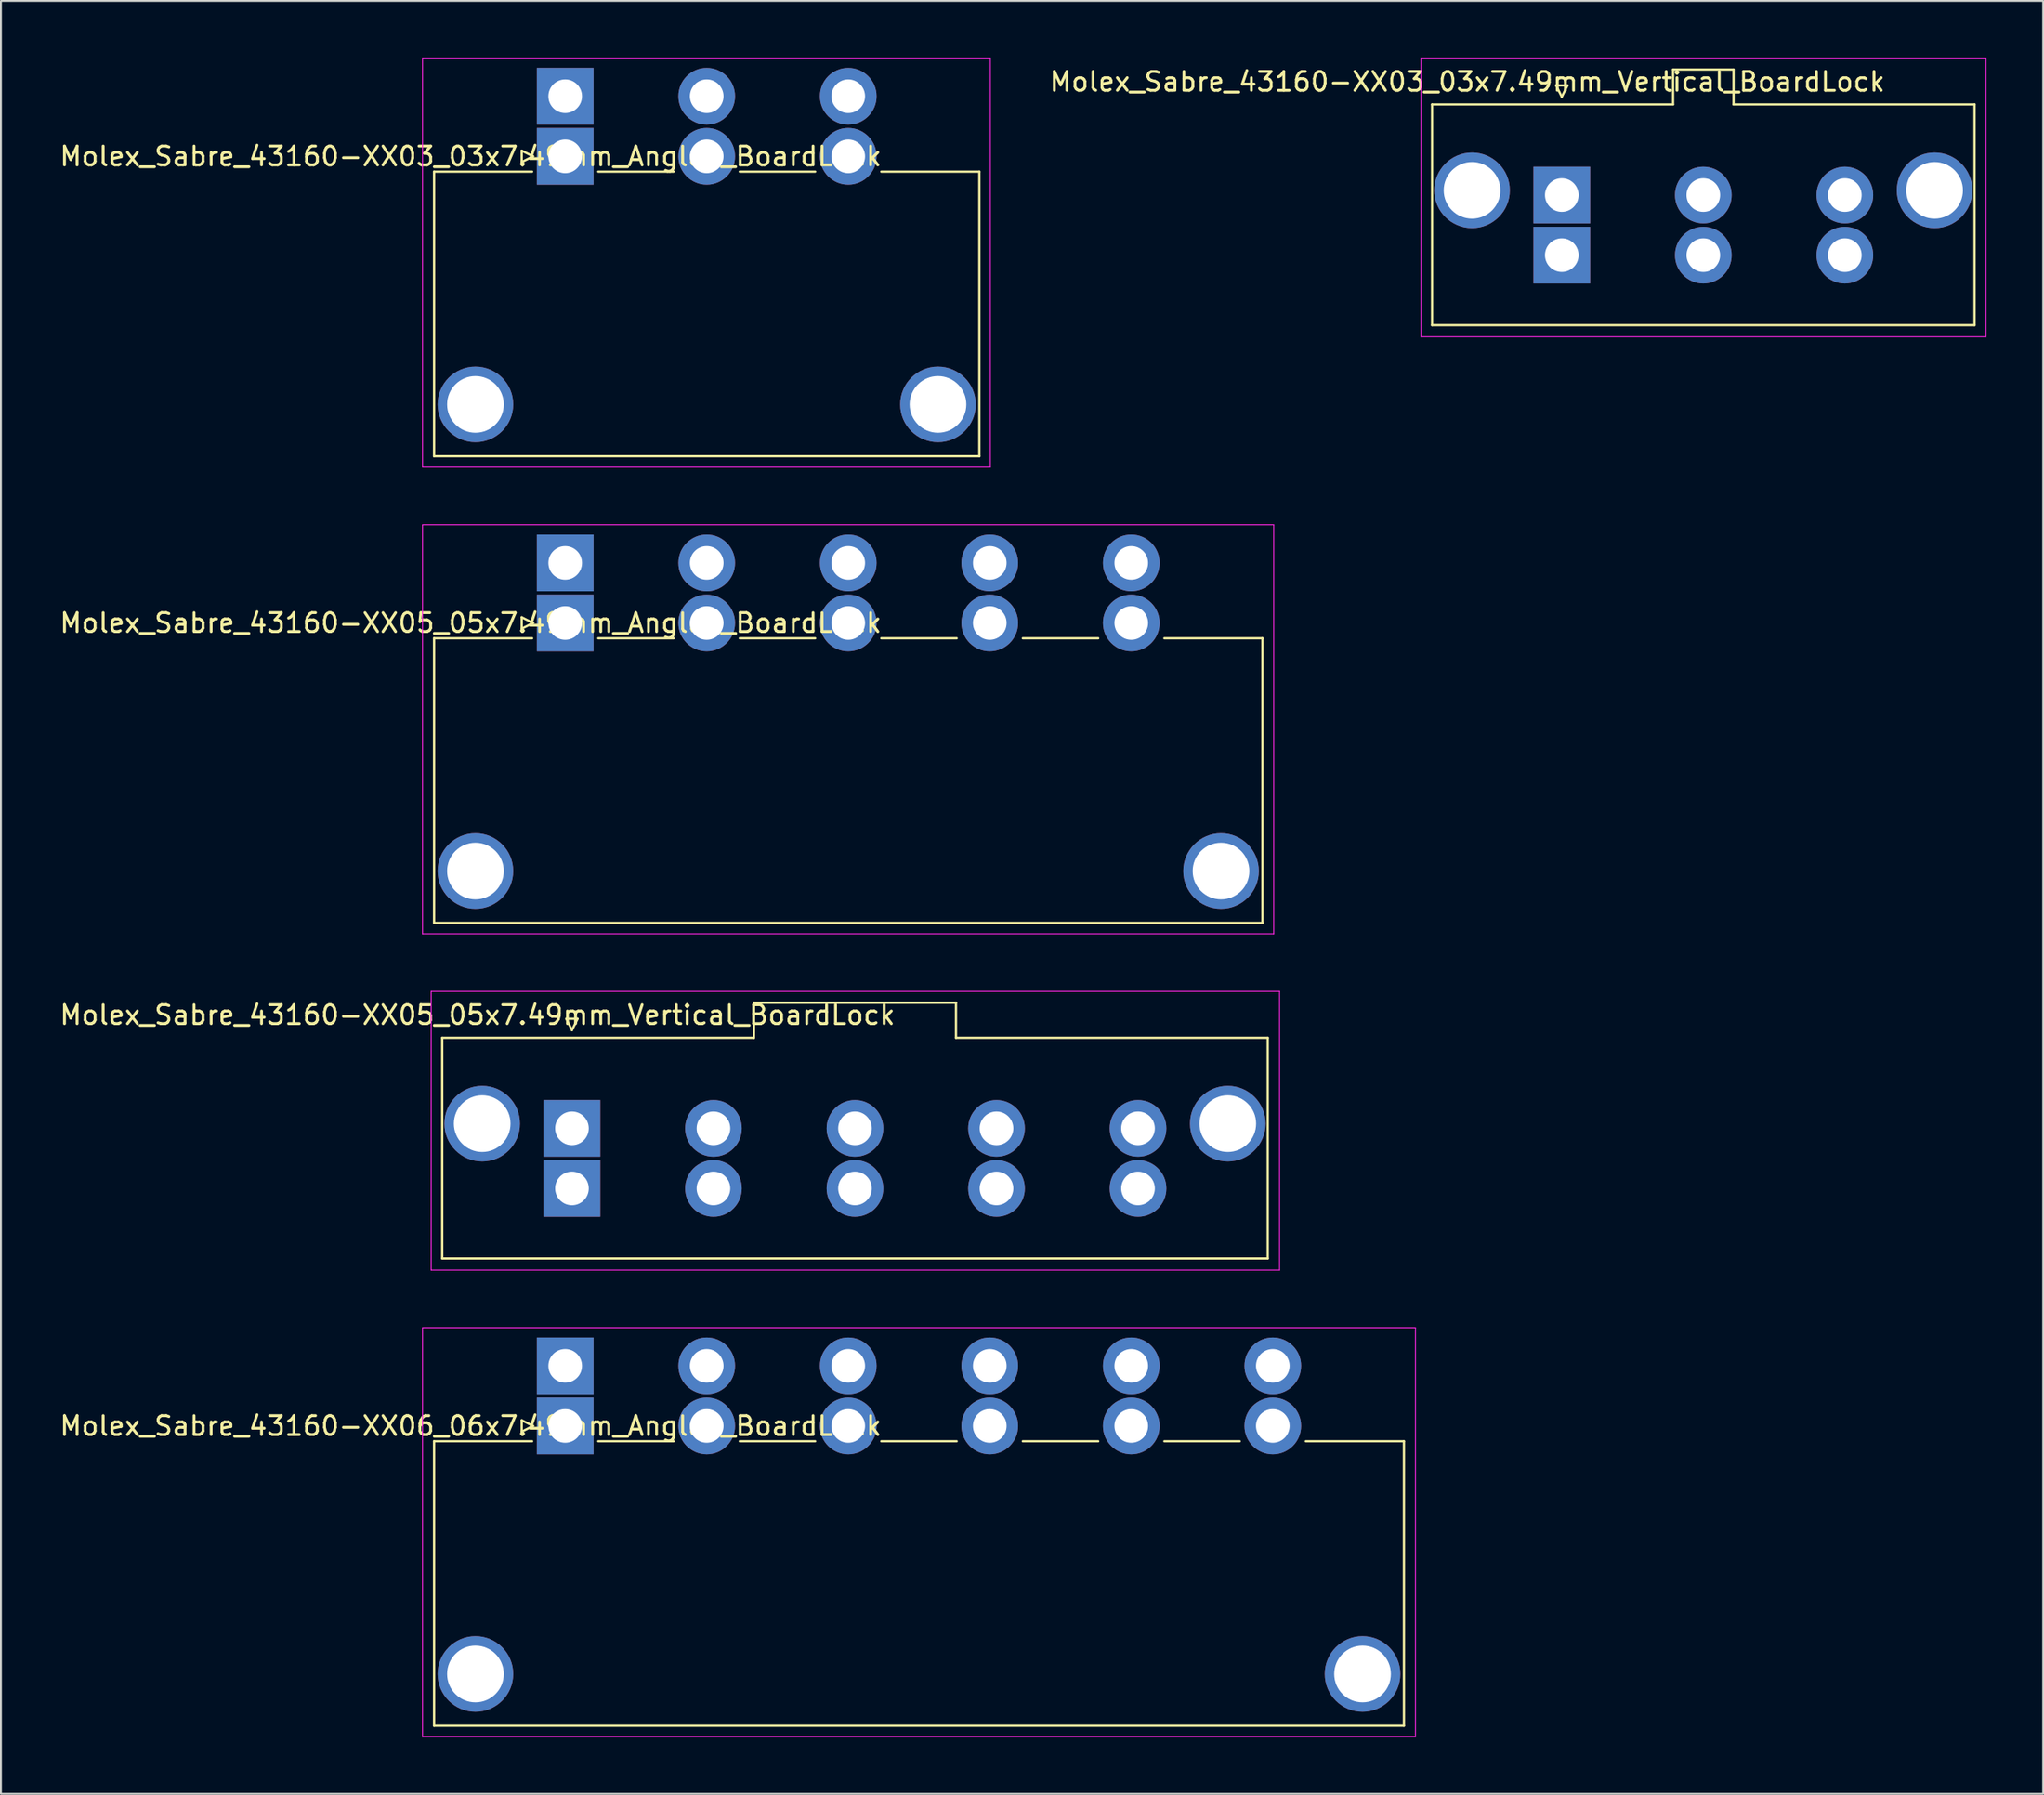
<source format=kicad_pcb>
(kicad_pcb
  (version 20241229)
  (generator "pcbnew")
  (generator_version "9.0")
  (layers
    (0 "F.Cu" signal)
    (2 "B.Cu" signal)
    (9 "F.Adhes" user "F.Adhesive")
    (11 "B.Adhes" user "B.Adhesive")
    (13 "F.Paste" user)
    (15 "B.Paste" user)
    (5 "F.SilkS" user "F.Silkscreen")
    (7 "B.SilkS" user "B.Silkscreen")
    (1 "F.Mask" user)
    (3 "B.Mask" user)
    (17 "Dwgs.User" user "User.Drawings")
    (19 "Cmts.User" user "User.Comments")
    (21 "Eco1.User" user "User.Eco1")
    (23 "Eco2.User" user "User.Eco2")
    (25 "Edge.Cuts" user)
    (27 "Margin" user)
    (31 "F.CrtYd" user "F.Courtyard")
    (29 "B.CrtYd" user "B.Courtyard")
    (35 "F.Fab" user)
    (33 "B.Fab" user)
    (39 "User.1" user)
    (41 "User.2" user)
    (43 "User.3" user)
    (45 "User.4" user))
  (footprint "Molex_Sabre_43160-XX06_06x7.49mm_Angled_BoardLock"
    (layer "F.Cu")
    (at 26.863 72.425)
    (property "Reference" "Molex_Sabre_43160-XX06_06x7.49mm_Angled_BoardLock" (at -5 0 0) (layer "F.SilkS") (effects (font (size 1 1) (thickness 0.15))))
    (attr through_hole)
    (fp_line (start -6.94 0.81) (end -6.94 15.87) (stroke (width 0.12) (type solid)) (layer "F.SilkS"))
    (fp_line (start -6.94 0.81) (end -1.75 0.81) (stroke (width 0.12) (type solid)) (layer "F.SilkS"))
    (fp_line (start -6.94 15.87) (end 44.39 15.87) (stroke (width 0.12) (type solid)) (layer "F.SilkS"))
    (fp_line (start -2.3 -0.3) (end -1.7 0) (stroke (width 0.12) (type solid)) (layer "F.SilkS"))
    (fp_line (start -2.3 0.3) (end -2.3 -0.3) (stroke (width 0.12) (type solid)) (layer "F.SilkS"))
    (fp_line (start -1.7 0) (end -2.3 0.3) (stroke (width 0.12) (type solid)) (layer "F.SilkS"))
    (fp_line (start 1.75 0.81) (end 5.74 0.81) (stroke (width 0.12) (type solid)) (layer "F.SilkS"))
    (fp_line (start 9.24 0.81) (end 13.23 0.81) (stroke (width 0.12) (type solid)) (layer "F.SilkS"))
    (fp_line (start 16.73 0.81) (end 20.72 0.81) (stroke (width 0.12) (type solid)) (layer "F.SilkS"))
    (fp_line (start 24.22 0.81) (end 28.21 0.81) (stroke (width 0.12) (type solid)) (layer "F.SilkS"))
    (fp_line (start 31.71 0.81) (end 35.7 0.81) (stroke (width 0.12) (type solid)) (layer "F.SilkS"))
    (fp_line (start 39.2 0.81) (end 44.39 0.81) (stroke (width 0.12) (type solid)) (layer "F.SilkS"))
    (fp_line (start 44.39 15.87) (end 44.39 0.81) (stroke (width 0.12) (type solid)) (layer "F.SilkS"))
    (fp_line (start -7.55 -5.2) (end -7.55 16.45) (stroke (width 0.05) (type solid)) (layer "F.CrtYd"))
    (fp_line (start -7.55 16.45) (end 45 16.45) (stroke (width 0.05) (type solid)) (layer "F.CrtYd"))
    (fp_line (start 45 -5.2) (end -7.55 -5.2) (stroke (width 0.05) (type solid)) (layer "F.CrtYd"))
    (fp_line (start 45 16.45) (end 45 -5.2) (stroke (width 0.05) (type solid)) (layer "F.CrtYd"))
    (pad "" thru_hole circle (at -4.75 13.13) (size 4 4) (drill 3) (layers "*.Cu" "*.Mask"))
    (pad "" thru_hole circle (at 42.2 13.13) (size 4 4) (drill 3) (layers "*.Cu" "*.Mask"))
    (pad "1" thru_hole rect (at 0 -3.18) (size 3 3) (drill 1.78) (layers "*.Cu" "*.Mask"))
    (pad "1" thru_hole rect (at 0 0) (size 3 3) (drill 1.78) (layers "*.Cu" "*.Mask"))
    (pad "2" thru_hole circle (at 7.49 -3.18) (size 3 3) (drill 1.78) (layers "*.Cu" "*.Mask"))
    (pad "2" thru_hole circle (at 7.49 0) (size 3 3) (drill 1.78) (layers "*.Cu" "*.Mask"))
    (pad "3" thru_hole circle (at 14.98 -3.18) (size 3 3) (drill 1.78) (layers "*.Cu" "*.Mask"))
    (pad "3" thru_hole circle (at 14.98 0) (size 3 3) (drill 1.78) (layers "*.Cu" "*.Mask"))
    (pad "4" thru_hole circle (at 22.47 -3.18) (size 3 3) (drill 1.78) (layers "*.Cu" "*.Mask"))
    (pad "4" thru_hole circle (at 22.47 0) (size 3 3) (drill 1.78) (layers "*.Cu" "*.Mask"))
    (pad "5" thru_hole circle (at 29.96 -3.18) (size 3 3) (drill 1.78) (layers "*.Cu" "*.Mask"))
    (pad "5" thru_hole circle (at 29.96 0) (size 3 3) (drill 1.78) (layers "*.Cu" "*.Mask"))
    (pad "6" thru_hole circle (at 37.45 -3.18) (size 3 3) (drill 1.78) (layers "*.Cu" "*.Mask"))
    (pad "6" thru_hole circle (at 37.45 0) (size 3 3) (drill 1.78) (layers "*.Cu" "*.Mask")))
  (footprint "Molex_Sabre_43160-XX05_05x7.49mm_Angled_BoardLock"
    (layer "F.Cu")
    (at 26.863 29.925)
    (property "Reference" "Molex_Sabre_43160-XX05_05x7.49mm_Angled_BoardLock" (at -5 0 0) (layer "F.SilkS") (effects (font (size 1 1) (thickness 0.15))))
    (attr through_hole)
    (fp_line (start -6.94 0.81) (end -6.94 15.87) (stroke (width 0.12) (type solid)) (layer "F.SilkS"))
    (fp_line (start -6.94 0.81) (end -1.75 0.81) (stroke (width 0.12) (type solid)) (layer "F.SilkS"))
    (fp_line (start -6.94 15.87) (end 36.9 15.87) (stroke (width 0.12) (type solid)) (layer "F.SilkS"))
    (fp_line (start -2.3 -0.3) (end -1.7 0) (stroke (width 0.12) (type solid)) (layer "F.SilkS"))
    (fp_line (start -2.3 0.3) (end -2.3 -0.3) (stroke (width 0.12) (type solid)) (layer "F.SilkS"))
    (fp_line (start -1.7 0) (end -2.3 0.3) (stroke (width 0.12) (type solid)) (layer "F.SilkS"))
    (fp_line (start 1.75 0.81) (end 5.74 0.81) (stroke (width 0.12) (type solid)) (layer "F.SilkS"))
    (fp_line (start 9.24 0.81) (end 13.23 0.81) (stroke (width 0.12) (type solid)) (layer "F.SilkS"))
    (fp_line (start 16.73 0.81) (end 20.72 0.81) (stroke (width 0.12) (type solid)) (layer "F.SilkS"))
    (fp_line (start 24.22 0.81) (end 28.21 0.81) (stroke (width 0.12) (type solid)) (layer "F.SilkS"))
    (fp_line (start 31.71 0.81) (end 36.9 0.81) (stroke (width 0.12) (type solid)) (layer "F.SilkS"))
    (fp_line (start 36.9 15.87) (end 36.9 0.81) (stroke (width 0.12) (type solid)) (layer "F.SilkS"))
    (fp_line (start -7.55 -5.2) (end -7.55 16.45) (stroke (width 0.05) (type solid)) (layer "F.CrtYd"))
    (fp_line (start -7.55 16.45) (end 37.5 16.45) (stroke (width 0.05) (type solid)) (layer "F.CrtYd"))
    (fp_line (start 37.5 -5.2) (end -7.55 -5.2) (stroke (width 0.05) (type solid)) (layer "F.CrtYd"))
    (fp_line (start 37.5 16.45) (end 37.5 -5.2) (stroke (width 0.05) (type solid)) (layer "F.CrtYd"))
    (pad "" thru_hole circle (at -4.75 13.13) (size 4 4) (drill 3) (layers "*.Cu" "*.Mask"))
    (pad "" thru_hole circle (at 34.71 13.13) (size 4 4) (drill 3) (layers "*.Cu" "*.Mask"))
    (pad "1" thru_hole rect (at 0 -3.18) (size 3 3) (drill 1.78) (layers "*.Cu" "*.Mask"))
    (pad "1" thru_hole rect (at 0 0) (size 3 3) (drill 1.78) (layers "*.Cu" "*.Mask"))
    (pad "2" thru_hole circle (at 7.49 -3.18) (size 3 3) (drill 1.78) (layers "*.Cu" "*.Mask"))
    (pad "2" thru_hole circle (at 7.49 0) (size 3 3) (drill 1.78) (layers "*.Cu" "*.Mask"))
    (pad "3" thru_hole circle (at 14.98 -3.18) (size 3 3) (drill 1.78) (layers "*.Cu" "*.Mask"))
    (pad "3" thru_hole circle (at 14.98 0) (size 3 3) (drill 1.78) (layers "*.Cu" "*.Mask"))
    (pad "4" thru_hole circle (at 22.47 -3.18) (size 3 3) (drill 1.78) (layers "*.Cu" "*.Mask"))
    (pad "4" thru_hole circle (at 22.47 0) (size 3 3) (drill 1.78) (layers "*.Cu" "*.Mask"))
    (pad "5" thru_hole circle (at 29.96 -3.18) (size 3 3) (drill 1.78) (layers "*.Cu" "*.Mask"))
    (pad "5" thru_hole circle (at 29.96 0) (size 3 3) (drill 1.78) (layers "*.Cu" "*.Mask")))
  (footprint "Molex_Sabre_43160-XX03_03x7.49mm_Vertical_BoardLock"
    (layer "F.Cu")
    (at 79.608 7.275)
    (property "Reference" "Molex_Sabre_43160-XX03_03x7.49mm_Vertical_BoardLock" (at -5 -6 0) (layer "F.SilkS") (effects (font (size 1 1) (thickness 0.15))))
    (attr through_hole)
    (fp_line (start -6.865 -4.795) (end 5.89 -4.795) (stroke (width 0.12) (type solid)) (layer "F.SilkS"))
    (fp_line (start -6.865 6.885) (end -6.865 -4.795) (stroke (width 0.12) (type solid)) (layer "F.SilkS"))
    (fp_line (start -0.3 -5.8) (end 0 -5.2) (stroke (width 0.12) (type solid)) (layer "F.SilkS"))
    (fp_line (start 0 -5.2) (end 0.3 -5.8) (stroke (width 0.12) (type solid)) (layer "F.SilkS"))
    (fp_line (start 0.3 -5.8) (end -0.3 -5.8) (stroke (width 0.12) (type solid)) (layer "F.SilkS"))
    (fp_line (start 5.89 -6.645) (end 9.09 -6.645) (stroke (width 0.12) (type solid)) (layer "F.SilkS"))
    (fp_line (start 5.89 -4.795) (end 5.89 -6.645) (stroke (width 0.12) (type solid)) (layer "F.SilkS"))
    (fp_line (start 9.09 -6.645) (end 9.09 -4.795) (stroke (width 0.12) (type solid)) (layer "F.SilkS"))
    (fp_line (start 9.09 -4.795) (end 21.845 -4.795) (stroke (width 0.12) (type solid)) (layer "F.SilkS"))
    (fp_line (start 21.845 -4.795) (end 21.845 6.885) (stroke (width 0.12) (type solid)) (layer "F.SilkS"))
    (fp_line (start 21.845 6.885) (end -6.865 6.885) (stroke (width 0.12) (type solid)) (layer "F.SilkS"))
    (fp_line (start -7.45 -7.25) (end -7.45 7.5) (stroke (width 0.05) (type solid)) (layer "F.CrtYd"))
    (fp_line (start -7.45 7.5) (end 22.45 7.5) (stroke (width 0.05) (type solid)) (layer "F.CrtYd"))
    (fp_line (start 22.45 -7.25) (end -7.45 -7.25) (stroke (width 0.05) (type solid)) (layer "F.CrtYd"))
    (fp_line (start 22.45 7.5) (end 22.45 -7.25) (stroke (width 0.05) (type solid)) (layer "F.CrtYd"))
    (pad "" thru_hole circle (at -4.75 -0.25) (size 4 4) (drill 3) (layers "*.Cu" "*.Mask"))
    (pad "" thru_hole circle (at 19.73 -0.25) (size 4 4) (drill 3) (layers "*.Cu" "*.Mask"))
    (pad "1" thru_hole rect (at 0 0) (size 3 3) (drill 1.78) (layers "*.Cu" "*.Mask"))
    (pad "1" thru_hole rect (at 0 3.18) (size 3 3) (drill 1.78) (layers "*.Cu" "*.Mask"))
    (pad "2" thru_hole circle (at 7.49 0) (size 3 3) (drill 1.78) (layers "*.Cu" "*.Mask"))
    (pad "2" thru_hole circle (at 7.49 3.18) (size 3 3) (drill 1.78) (layers "*.Cu" "*.Mask"))
    (pad "3" thru_hole circle (at 14.98 0) (size 3 3) (drill 1.78) (layers "*.Cu" "*.Mask"))
    (pad "3" thru_hole circle (at 14.98 3.18) (size 3 3) (drill 1.78) (layers "*.Cu" "*.Mask")))
  (footprint "Molex_Sabre_43160-XX03_03x7.49mm_Angled_BoardLock"
    (layer "F.Cu")
    (at 26.863 5.225)
    (property "Reference" "Molex_Sabre_43160-XX03_03x7.49mm_Angled_BoardLock" (at -5 0 0) (layer "F.SilkS") (effects (font (size 1 1) (thickness 0.15))))
    (attr through_hole)
    (fp_line (start -6.94 0.81) (end -6.94 15.87) (stroke (width 0.12) (type solid)) (layer "F.SilkS"))
    (fp_line (start -6.94 0.81) (end -1.75 0.81) (stroke (width 0.12) (type solid)) (layer "F.SilkS"))
    (fp_line (start -6.94 15.87) (end 21.92 15.87) (stroke (width 0.12) (type solid)) (layer "F.SilkS"))
    (fp_line (start -2.3 -0.3) (end -1.7 0) (stroke (width 0.12) (type solid)) (layer "F.SilkS"))
    (fp_line (start -2.3 0.3) (end -2.3 -0.3) (stroke (width 0.12) (type solid)) (layer "F.SilkS"))
    (fp_line (start -1.7 0) (end -2.3 0.3) (stroke (width 0.12) (type solid)) (layer "F.SilkS"))
    (fp_line (start 1.75 0.81) (end 5.74 0.81) (stroke (width 0.12) (type solid)) (layer "F.SilkS"))
    (fp_line (start 9.24 0.81) (end 13.23 0.81) (stroke (width 0.12) (type solid)) (layer "F.SilkS"))
    (fp_line (start 16.73 0.81) (end 21.92 0.81) (stroke (width 0.12) (type solid)) (layer "F.SilkS"))
    (fp_line (start 21.92 15.87) (end 21.92 0.81) (stroke (width 0.12) (type solid)) (layer "F.SilkS"))
    (fp_line (start -7.55 -5.2) (end -7.55 16.45) (stroke (width 0.05) (type solid)) (layer "F.CrtYd"))
    (fp_line (start -7.55 16.45) (end 22.5 16.45) (stroke (width 0.05) (type solid)) (layer "F.CrtYd"))
    (fp_line (start 22.5 -5.2) (end -7.55 -5.2) (stroke (width 0.05) (type solid)) (layer "F.CrtYd"))
    (fp_line (start 22.5 16.45) (end 22.5 -5.2) (stroke (width 0.05) (type solid)) (layer "F.CrtYd"))
    (pad "" thru_hole circle (at -4.75 13.13) (size 4 4) (drill 3) (layers "*.Cu" "*.Mask"))
    (pad "" thru_hole circle (at 19.73 13.13) (size 4 4) (drill 3) (layers "*.Cu" "*.Mask"))
    (pad "1" thru_hole rect (at 0 -3.18) (size 3 3) (drill 1.78) (layers "*.Cu" "*.Mask"))
    (pad "1" thru_hole rect (at 0 0) (size 3 3) (drill 1.78) (layers "*.Cu" "*.Mask"))
    (pad "2" thru_hole circle (at 7.49 -3.18) (size 3 3) (drill 1.78) (layers "*.Cu" "*.Mask"))
    (pad "2" thru_hole circle (at 7.49 0) (size 3 3) (drill 1.78) (layers "*.Cu" "*.Mask"))
    (pad "3" thru_hole circle (at 14.98 -3.18) (size 3 3) (drill 1.78) (layers "*.Cu" "*.Mask"))
    (pad "3" thru_hole circle (at 14.98 0) (size 3 3) (drill 1.78) (layers "*.Cu" "*.Mask")))
  (footprint "Molex_Sabre_43160-XX05_05x7.49mm_Vertical_BoardLock"
    (layer "F.Cu")
    (at 27.22 56.675)
    (property "Reference" "Molex_Sabre_43160-XX05_05x7.49mm_Vertical_BoardLock" (at -5 -6 0) (layer "F.SilkS") (effects (font (size 1 1) (thickness 0.15))))
    (attr through_hole)
    (fp_line (start -6.865 -4.795) (end 9.635 -4.795) (stroke (width 0.12) (type solid)) (layer "F.SilkS"))
    (fp_line (start -6.865 6.885) (end -6.865 -4.795) (stroke (width 0.12) (type solid)) (layer "F.SilkS"))
    (fp_line (start -0.3 -5.8) (end 0 -5.2) (stroke (width 0.12) (type solid)) (layer "F.SilkS"))
    (fp_line (start 0 -5.2) (end 0.3 -5.8) (stroke (width 0.12) (type solid)) (layer "F.SilkS"))
    (fp_line (start 0.3 -5.8) (end -0.3 -5.8) (stroke (width 0.12) (type solid)) (layer "F.SilkS"))
    (fp_line (start 9.635 -6.645) (end 20.325 -6.645) (stroke (width 0.12) (type solid)) (layer "F.SilkS"))
    (fp_line (start 9.635 -4.795) (end 9.635 -6.645) (stroke (width 0.12) (type solid)) (layer "F.SilkS"))
    (fp_line (start 20.325 -6.645) (end 20.325 -4.795) (stroke (width 0.12) (type solid)) (layer "F.SilkS"))
    (fp_line (start 20.325 -4.795) (end 36.825 -4.795) (stroke (width 0.12) (type solid)) (layer "F.SilkS"))
    (fp_line (start 36.825 -4.795) (end 36.825 6.885) (stroke (width 0.12) (type solid)) (layer "F.SilkS"))
    (fp_line (start 36.825 6.885) (end -6.865 6.885) (stroke (width 0.12) (type solid)) (layer "F.SilkS"))
    (fp_line (start -7.45 -7.25) (end -7.45 7.5) (stroke (width 0.05) (type solid)) (layer "F.CrtYd"))
    (fp_line (start -7.45 7.5) (end 37.45 7.5) (stroke (width 0.05) (type solid)) (layer "F.CrtYd"))
    (fp_line (start 37.45 -7.25) (end -7.45 -7.25) (stroke (width 0.05) (type solid)) (layer "F.CrtYd"))
    (fp_line (start 37.45 7.5) (end 37.45 -7.25) (stroke (width 0.05) (type solid)) (layer "F.CrtYd"))
    (pad "" thru_hole circle (at -4.75 -0.25) (size 4 4) (drill 3) (layers "*.Cu" "*.Mask"))
    (pad "" thru_hole circle (at 34.71 -0.25) (size 4 4) (drill 3) (layers "*.Cu" "*.Mask"))
    (pad "1" thru_hole rect (at 0 0) (size 3 3) (drill 1.78) (layers "*.Cu" "*.Mask"))
    (pad "1" thru_hole rect (at 0 3.18) (size 3 3) (drill 1.78) (layers "*.Cu" "*.Mask"))
    (pad "2" thru_hole circle (at 7.49 0) (size 3 3) (drill 1.78) (layers "*.Cu" "*.Mask"))
    (pad "2" thru_hole circle (at 7.49 3.18) (size 3 3) (drill 1.78) (layers "*.Cu" "*.Mask"))
    (pad "3" thru_hole circle (at 14.98 0) (size 3 3) (drill 1.78) (layers "*.Cu" "*.Mask"))
    (pad "3" thru_hole circle (at 14.98 3.18) (size 3 3) (drill 1.78) (layers "*.Cu" "*.Mask"))
    (pad "4" thru_hole circle (at 22.47 0) (size 3 3) (drill 1.78) (layers "*.Cu" "*.Mask"))
    (pad "4" thru_hole circle (at 22.47 3.18) (size 3 3) (drill 1.78) (layers "*.Cu" "*.Mask"))
    (pad "5" thru_hole circle (at 29.96 0) (size 3 3) (drill 1.78) (layers "*.Cu" "*.Mask"))
    (pad "5" thru_hole circle (at 29.96 3.18) (size 3 3) (drill 1.78) (layers "*.Cu" "*.Mask")))
  (gr_rect
    (start -3 -3)
    (end 105.083 91.9)
    (stroke (width 0.1) (type default))
    (fill no)
    (layer "Edge.Cuts")))
</source>
